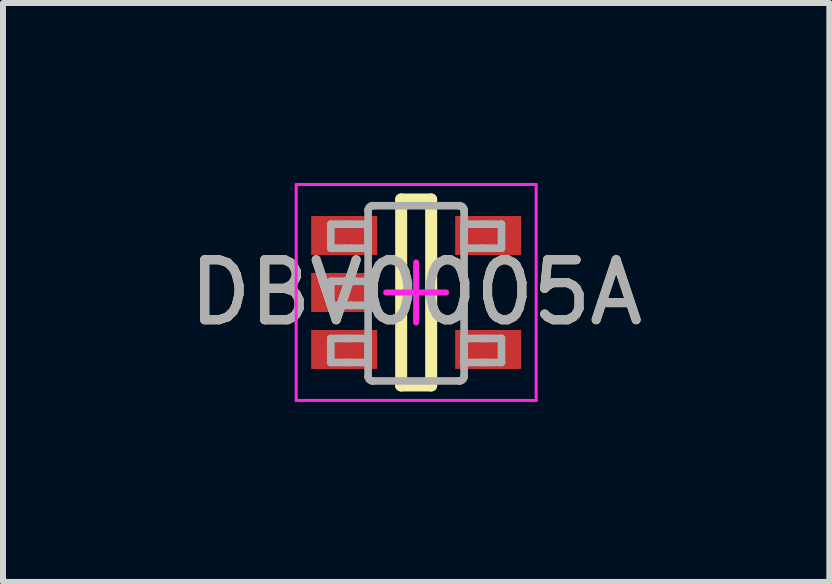
<source format=kicad_pcb>
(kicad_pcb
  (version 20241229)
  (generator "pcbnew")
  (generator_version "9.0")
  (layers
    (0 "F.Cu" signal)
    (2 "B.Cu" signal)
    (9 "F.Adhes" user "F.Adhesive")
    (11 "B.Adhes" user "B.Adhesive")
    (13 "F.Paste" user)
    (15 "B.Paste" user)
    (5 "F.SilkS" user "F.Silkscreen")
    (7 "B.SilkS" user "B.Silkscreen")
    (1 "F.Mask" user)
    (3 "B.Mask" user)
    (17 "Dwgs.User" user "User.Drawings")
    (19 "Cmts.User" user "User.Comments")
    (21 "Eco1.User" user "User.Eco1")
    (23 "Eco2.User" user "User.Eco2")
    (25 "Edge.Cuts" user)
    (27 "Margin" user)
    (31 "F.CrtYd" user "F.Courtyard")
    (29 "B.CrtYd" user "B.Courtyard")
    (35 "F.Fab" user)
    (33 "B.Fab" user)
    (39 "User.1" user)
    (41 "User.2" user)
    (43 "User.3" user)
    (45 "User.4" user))
  (footprint "DBV0005A"
    (layer "F.Cu")
    (at 3.887 1.825)
    (property "Reference" "DBV0005A" (at 0 0 0) (unlocked yes) (layer "F.SilkS") (effects (font (size 1 1) (thickness 0.15))))
    (attr smd)
    (fp_line (start -0.25 -1.55) (end 0.25 -1.55) (stroke (width 0.2) (type solid)) (layer "F.SilkS"))
    (fp_line (start -0.25 1.55) (end -0.25 -1.55) (stroke (width 0.2) (type solid)) (layer "F.SilkS"))
    (fp_line (start -0.25 1.55) (end 0.25 1.55) (stroke (width 0.2) (type solid)) (layer "F.SilkS"))
    (fp_line (start 0.25 1.55) (end 0.25 -1.55) (stroke (width 0.2) (type solid)) (layer "F.SilkS"))
    (fp_line (start -2 -1.8) (end 2 -1.8) (stroke (width 0.05) (type solid)) (layer "F.CrtYd"))
    (fp_line (start -2 1.8) (end -2 -1.8) (stroke (width 0.05) (type solid)) (layer "F.CrtYd"))
    (fp_line (start -2 1.8) (end 2 1.8) (stroke (width 0.05) (type solid)) (layer "F.CrtYd"))
    (fp_line (start -0.5 0) (end 0.5 0) (stroke (width 0.1) (type solid)) (layer "F.CrtYd"))
    (fp_line (start 0 0.5) (end 0 -0.5) (stroke (width 0.1) (type solid)) (layer "F.CrtYd"))
    (fp_line (start 2 1.8) (end 2 -1.8) (stroke (width 0.05) (type solid)) (layer "F.CrtYd"))
    (fp_line (start -1.423 -1.138) (end -1.199 -1.138) (stroke (width 0.127) (type solid)) (layer "F.Fab"))
    (fp_line (start -1.423 -0.738) (end -1.423 -1.138) (stroke (width 0.127) (type solid)) (layer "F.Fab"))
    (fp_line (start -1.423 -0.738) (end -1.199 -0.738) (stroke (width 0.127) (type solid)) (layer "F.Fab"))
    (fp_line (start -1.423 -0.186) (end -1.199 -0.186) (stroke (width 0.127) (type solid)) (layer "F.Fab"))
    (fp_line (start -1.423 0.215) (end -1.423 -0.186) (stroke (width 0.127) (type solid)) (layer "F.Fab"))
    (fp_line (start -1.423 0.215) (end -1.199 0.215) (stroke (width 0.127) (type solid)) (layer "F.Fab"))
    (fp_line (start -1.423 0.767) (end -1.199 0.767) (stroke (width 0.127) (type solid)) (layer "F.Fab"))
    (fp_line (start -1.423 1.167) (end -1.423 0.767) (stroke (width 0.127) (type solid)) (layer "F.Fab"))
    (fp_line (start -1.423 1.167) (end -1.199 1.167) (stroke (width 0.127) (type solid)) (layer "F.Fab"))
    (fp_line (start -1.199 -1.138) (end -1.105 -1.138) (stroke (width 0.127) (type solid)) (layer "F.Fab"))
    (fp_line (start -1.199 -0.738) (end -1.105 -0.738) (stroke (width 0.127) (type solid)) (layer "F.Fab"))
    (fp_line (start -1.199 -0.186) (end -1.105 -0.186) (stroke (width 0.127) (type solid)) (layer "F.Fab"))
    (fp_line (start -1.199 0.215) (end -1.105 0.215) (stroke (width 0.127) (type solid)) (layer "F.Fab"))
    (fp_line (start -1.199 0.767) (end -1.105 0.767) (stroke (width 0.127) (type solid)) (layer "F.Fab"))
    (fp_line (start -1.199 1.167) (end -1.105 1.167) (stroke (width 0.127) (type solid)) (layer "F.Fab"))
    (fp_line (start -1.105 -1.138) (end -1.088 -1.138) (stroke (width 0.127) (type solid)) (layer "F.Fab"))
    (fp_line (start -1.105 -0.738) (end -1.088 -0.738) (stroke (width 0.127) (type solid)) (layer "F.Fab"))
    (fp_line (start -1.105 -0.186) (end -1.088 -0.186) (stroke (width 0.127) (type solid)) (layer "F.Fab"))
    (fp_line (start -1.105 0.215) (end -1.088 0.215) (stroke (width 0.127) (type solid)) (layer "F.Fab"))
    (fp_line (start -1.105 0.767) (end -1.088 0.767) (stroke (width 0.127) (type solid)) (layer "F.Fab"))
    (fp_line (start -1.105 1.167) (end -1.088 1.167) (stroke (width 0.127) (type solid)) (layer "F.Fab"))
    (fp_line (start -1.088 -1.138) (end -0.835 -1.138) (stroke (width 0.127) (type solid)) (layer "F.Fab"))
    (fp_line (start -1.088 -0.738) (end -0.835 -0.738) (stroke (width 0.127) (type solid)) (layer "F.Fab"))
    (fp_line (start -1.088 -0.186) (end -0.835 -0.186) (stroke (width 0.127) (type solid)) (layer "F.Fab"))
    (fp_line (start -1.088 0.215) (end -0.835 0.215) (stroke (width 0.127) (type solid)) (layer "F.Fab"))
    (fp_line (start -1.088 0.767) (end -0.835 0.767) (stroke (width 0.127) (type solid)) (layer "F.Fab"))
    (fp_line (start -1.088 1.167) (end -0.835 1.167) (stroke (width 0.127) (type solid)) (layer "F.Fab"))
    (fp_line (start -0.835 -1.138) (end -0.801 -1.138) (stroke (width 0.127) (type solid)) (layer "F.Fab"))
    (fp_line (start -0.835 -0.738) (end -0.801 -0.738) (stroke (width 0.127) (type solid)) (layer "F.Fab"))
    (fp_line (start -0.835 -0.186) (end -0.801 -0.186) (stroke (width 0.127) (type solid)) (layer "F.Fab"))
    (fp_line (start -0.835 0.215) (end -0.801 0.215) (stroke (width 0.127) (type solid)) (layer "F.Fab"))
    (fp_line (start -0.835 0.767) (end -0.801 0.767) (stroke (width 0.127) (type solid)) (layer "F.Fab"))
    (fp_line (start -0.835 1.167) (end -0.801 1.167) (stroke (width 0.127) (type solid)) (layer "F.Fab"))
    (fp_line (start -0.801 -1.37) (end -0.801 -1.371) (stroke (width 0.127) (type solid)) (layer "F.Fab"))
    (fp_line (start -0.801 -0.738) (end -0.801 -1.138) (stroke (width 0.127) (type solid)) (layer "F.Fab"))
    (fp_line (start -0.801 0.215) (end -0.801 -0.186) (stroke (width 0.127) (type solid)) (layer "F.Fab"))
    (fp_line (start -0.801 1.167) (end -0.801 0.767) (stroke (width 0.127) (type solid)) (layer "F.Fab"))
    (fp_line (start -0.801 1.399) (end -0.801 -1.37) (stroke (width 0.127) (type solid)) (layer "F.Fab"))
    (fp_line (start -0.801 1.4) (end -0.801 1.399) (stroke (width 0.127) (type solid)) (layer "F.Fab"))
    (fp_line (start -0.725 -1.446) (end -0.725 -1.446) (stroke (width 0.127) (type solid)) (layer "F.Fab"))
    (fp_line (start -0.725 1.475) (end -0.725 1.475) (stroke (width 0.127) (type solid)) (layer "F.Fab"))
    (fp_line (start -0.725 -1.446) (end 0.723 -1.446) (stroke (width 0.127) (type solid)) (layer "F.Fab"))
    (fp_line (start -0.725 1.475) (end 0.723 1.475) (stroke (width 0.127) (type solid)) (layer "F.Fab"))
    (fp_line (start 0.723 -1.446) (end 0.724 -1.446) (stroke (width 0.127) (type solid)) (layer "F.Fab"))
    (fp_line (start 0.723 1.475) (end 0.724 1.475) (stroke (width 0.127) (type solid)) (layer "F.Fab"))
    (fp_line (start 0.799 -1.37) (end 0.799 -1.371) (stroke (width 0.127) (type solid)) (layer "F.Fab"))
    (fp_line (start 0.799 -1.138) (end 0.834 -1.138) (stroke (width 0.127) (type solid)) (layer "F.Fab"))
    (fp_line (start 0.799 -0.738) (end 0.799 -1.138) (stroke (width 0.127) (type solid)) (layer "F.Fab"))
    (fp_line (start 0.799 -0.738) (end 0.834 -0.738) (stroke (width 0.127) (type solid)) (layer "F.Fab"))
    (fp_line (start 0.799 0.767) (end 0.834 0.767) (stroke (width 0.127) (type solid)) (layer "F.Fab"))
    (fp_line (start 0.799 1.167) (end 0.799 0.767) (stroke (width 0.127) (type solid)) (layer "F.Fab"))
    (fp_line (start 0.799 1.167) (end 0.834 1.167) (stroke (width 0.127) (type solid)) (layer "F.Fab"))
    (fp_line (start 0.799 1.399) (end 0.799 -1.37) (stroke (width 0.127) (type solid)) (layer "F.Fab"))
    (fp_line (start 0.799 1.4) (end 0.799 1.399) (stroke (width 0.127) (type solid)) (layer "F.Fab"))
    (fp_line (start 0.834 -1.138) (end 1.087 -1.138) (stroke (width 0.127) (type solid)) (layer "F.Fab"))
    (fp_line (start 0.834 -0.738) (end 1.087 -0.738) (stroke (width 0.127) (type solid)) (layer "F.Fab"))
    (fp_line (start 0.834 0.767) (end 1.087 0.767) (stroke (width 0.127) (type solid)) (layer "F.Fab"))
    (fp_line (start 0.834 1.167) (end 1.087 1.167) (stroke (width 0.127) (type solid)) (layer "F.Fab"))
    (fp_line (start 1.087 -1.138) (end 1.103 -1.138) (stroke (width 0.127) (type solid)) (layer "F.Fab"))
    (fp_line (start 1.087 -0.738) (end 1.103 -0.738) (stroke (width 0.127) (type solid)) (layer "F.Fab"))
    (fp_line (start 1.087 0.767) (end 1.103 0.767) (stroke (width 0.127) (type solid)) (layer "F.Fab"))
    (fp_line (start 1.087 1.167) (end 1.103 1.167) (stroke (width 0.127) (type solid)) (layer "F.Fab"))
    (fp_line (start 1.103 -1.138) (end 1.198 -1.138) (stroke (width 0.127) (type solid)) (layer "F.Fab"))
    (fp_line (start 1.103 -0.738) (end 1.198 -0.738) (stroke (width 0.127) (type solid)) (layer "F.Fab"))
    (fp_line (start 1.103 0.767) (end 1.198 0.767) (stroke (width 0.127) (type solid)) (layer "F.Fab"))
    (fp_line (start 1.103 1.167) (end 1.198 1.167) (stroke (width 0.127) (type solid)) (layer "F.Fab"))
    (fp_line (start 1.198 -1.138) (end 1.422 -1.138) (stroke (width 0.127) (type solid)) (layer "F.Fab"))
    (fp_line (start 1.198 -0.738) (end 1.422 -0.738) (stroke (width 0.127) (type solid)) (layer "F.Fab"))
    (fp_line (start 1.198 0.767) (end 1.422 0.767) (stroke (width 0.127) (type solid)) (layer "F.Fab"))
    (fp_line (start 1.198 1.167) (end 1.422 1.167) (stroke (width 0.127) (type solid)) (layer "F.Fab"))
    (fp_line (start 1.422 -0.738) (end 1.422 -1.138) (stroke (width 0.127) (type solid)) (layer "F.Fab"))
    (fp_line (start 1.422 1.167) (end 1.422 0.767) (stroke (width 0.127) (type solid)) (layer "F.Fab"))
    (fp_arc (start -0.80074 -1.37084) (mid -0.778218 -1.423887) (end -0.724999 -1.445998) (stroke (width 0.127) (type solid)) (layer "F.Fab"))
    (fp_arc (start -0.724999 1.475) (mid -0.778213 1.452901) (end -0.80074 1.399867) (stroke (width 0.127) (type solid)) (layer "F.Fab"))
    (fp_arc (start 0.723714 -1.445998) (mid 0.776933 -1.423887) (end 0.799455 -1.37084) (stroke (width 0.127) (type solid)) (layer "F.Fab"))
    (fp_arc (start 0.799455 1.399868) (mid 0.776927 1.452901) (end 0.723713 1.475) (stroke (width 0.127) (type solid)) (layer "F.Fab"))
    (fp_text user "${REFERENCE}" (at 0 0 0) (unlocked yes) (layer "F.Fab") (effects (font (size 1 1) (thickness 0.15))))
    (pad "1" smd rect (at -1.2 -0.95 90) (size 0.65 1.1) (layers "F.Cu" "F.Mask" "F.Paste"))
    (pad "2" smd rect (at -1.2 0 90) (size 0.65 1.1) (layers "F.Cu" "F.Mask" "F.Paste"))
    (pad "3" smd rect (at -1.2 0.95 90) (size 0.65 1.1) (layers "F.Cu" "F.Mask" "F.Paste"))
    (pad "4" smd rect (at 1.2 0.95 90) (size 0.65 1.1) (layers "F.Cu" "F.Mask" "F.Paste"))
    (pad "5" smd rect (at 1.2 -0.95 90) (size 0.65 1.1) (layers "F.Cu" "F.Mask" "F.Paste")))
  (gr_rect
    (start -3 -3)
    (end 10.774 6.65)
    (stroke (width 0.1) (type default))
    (fill no)
    (layer "Edge.Cuts")))
</source>
